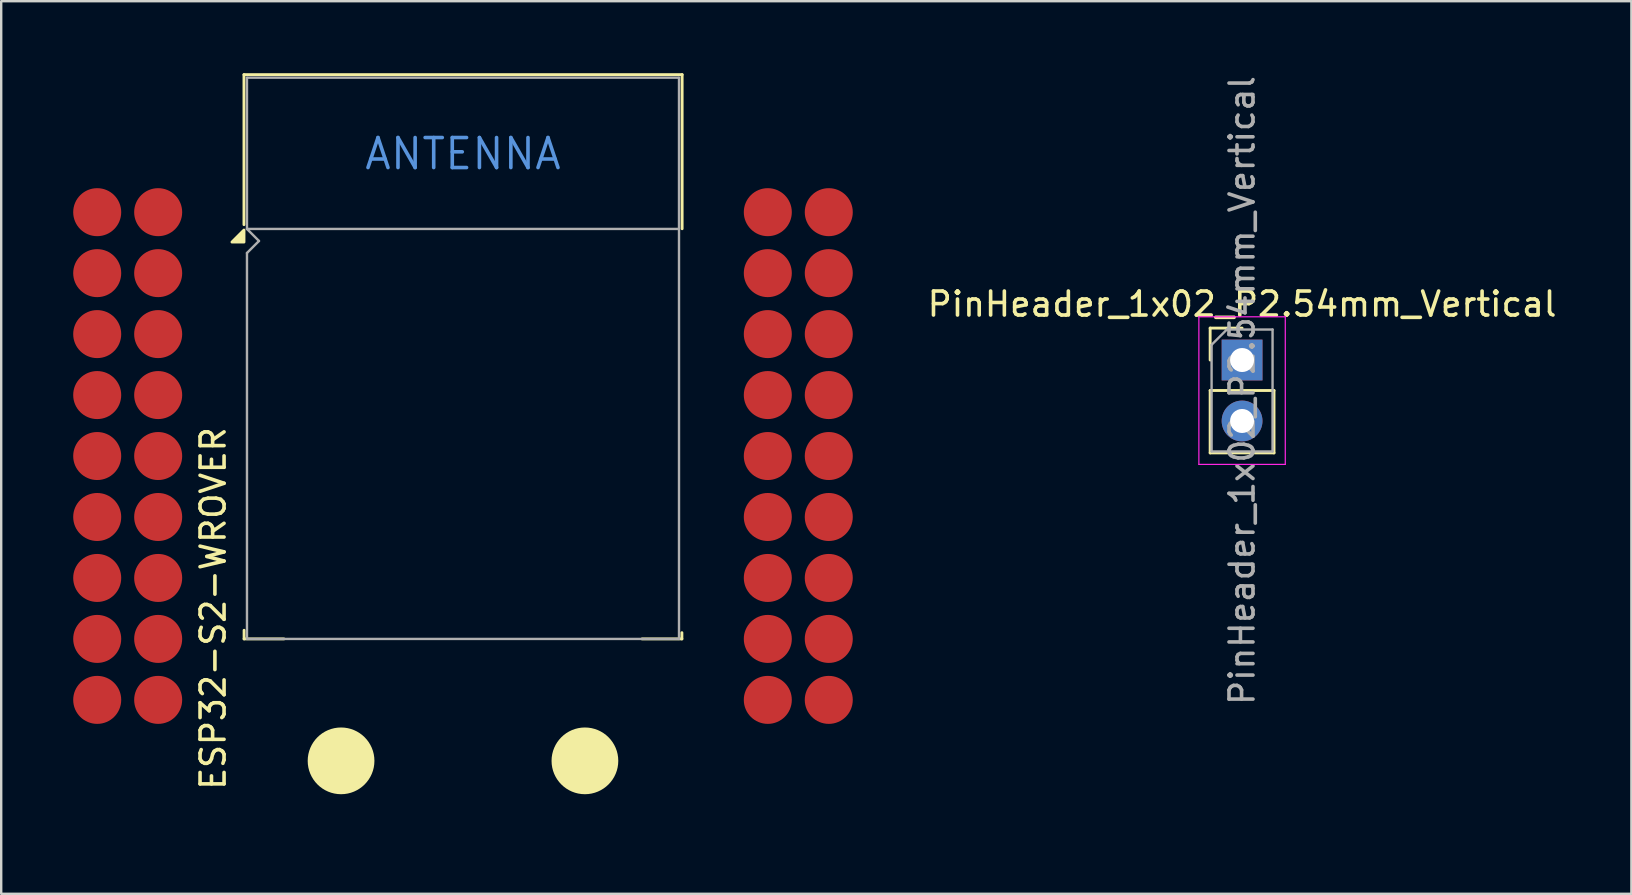
<source format=kicad_pcb>
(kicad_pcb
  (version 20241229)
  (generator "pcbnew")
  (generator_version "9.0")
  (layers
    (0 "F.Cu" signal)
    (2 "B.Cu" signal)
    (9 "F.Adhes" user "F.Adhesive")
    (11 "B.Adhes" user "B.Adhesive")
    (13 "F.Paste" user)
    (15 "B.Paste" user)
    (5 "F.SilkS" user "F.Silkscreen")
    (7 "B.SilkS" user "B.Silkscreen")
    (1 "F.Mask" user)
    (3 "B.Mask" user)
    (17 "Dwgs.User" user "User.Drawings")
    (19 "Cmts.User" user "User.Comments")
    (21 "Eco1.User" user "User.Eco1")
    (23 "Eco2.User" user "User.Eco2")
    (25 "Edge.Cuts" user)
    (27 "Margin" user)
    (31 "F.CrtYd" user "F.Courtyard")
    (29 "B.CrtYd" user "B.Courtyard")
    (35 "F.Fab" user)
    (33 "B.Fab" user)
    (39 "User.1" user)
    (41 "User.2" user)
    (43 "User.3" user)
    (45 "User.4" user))
  (footprint "ESP32-S2-WROVER"
    (layer "F.Cu")
    (at 16.24 15.95)
    (property "Reference" "ESP32-S2-WROVER" (at -10.41 6.35 90) (layer "F.SilkS") (effects (font (size 1 1) (thickness 0.15))))
    (attr smd)
    (fp_line (start -9.125 -15.89) (end 9.13 -15.89) (stroke (width 0.12) (type solid)) (layer "F.SilkS"))
    (fp_line (start -9.125 -9.64) (end -9.125 -15.89) (stroke (width 0.12) (type solid)) (layer "F.SilkS"))
    (fp_line (start -9.12 7.26) (end -9.12 7.62) (stroke (width 0.12) (type solid)) (layer "F.SilkS"))
    (fp_line (start -9.12 7.62) (end -7.46 7.62) (stroke (width 0.12) (type solid)) (layer "F.SilkS"))
    (fp_line (start 9.12 7.36) (end 9.12 7.62) (stroke (width 0.12) (type solid)) (layer "F.SilkS"))
    (fp_line (start 9.12 7.62) (end 7.46 7.62) (stroke (width 0.12) (type solid)) (layer "F.SilkS"))
    (fp_line (start 9.13 -9.47) (end 9.13 -15.89) (stroke (width 0.12) (type solid)) (layer "F.SilkS"))
    (fp_circle (center -5.08 12.7) (end -3.74 12.7) (stroke (width 0.1) (type solid)) (fill yes) (layer "F.SilkS"))
    (fp_circle (center 5.08 12.7) (end 6.42 12.7) (stroke (width 0.1) (type solid)) (fill yes) (layer "F.SilkS"))
    (fp_poly (pts (xy -9.125 -8.915) (xy -9.625 -8.915) (xy -9.125 -9.415) (xy -9.125 -8.915)) (stroke (width 0.12) (type solid)) (fill yes) (layer "F.SilkS"))
    (fp_line (start -9 -15.763) (end 9 -15.763) (stroke (width 0.1) (type solid)) (layer "F.Fab"))
    (fp_line (start -9 -15.76) (end -9 -9.46) (stroke (width 0.1) (type solid)) (layer "F.Fab"))
    (fp_line (start -9 -8.46) (end -9 7.62) (stroke (width 0.1) (type solid)) (layer "F.Fab"))
    (fp_line (start -9 -8.46) (end -8.5 -8.96) (stroke (width 0.1) (type solid)) (layer "F.Fab"))
    (fp_line (start -9 7.62) (end 9 7.62) (stroke (width 0.1) (type solid)) (layer "F.Fab"))
    (fp_line (start -8.5 -8.96) (end -9 -9.46) (stroke (width 0.1) (type solid)) (layer "F.Fab"))
    (fp_line (start 9 -15.76) (end 9 7.62) (stroke (width 0.1) (type solid)) (layer "F.Fab"))
    (fp_line (start 9 -9.463) (end -9 -9.463) (stroke (width 0.1) (type solid)) (layer "F.Fab"))
    (fp_text user "ANTENNA" (at 0 -12.59 0) (layer "Cmts.User") (effects (font (size 1.25 1.25) (thickness 0.15))))
    (pad "1" smd circle (at -15.24 -10.16) (size 2 2) (layers "F.Cu" "F.Mask" "F.Paste"))
    (pad "2" smd circle (at -15.24 -7.62) (size 2 2) (layers "F.Cu" "F.Mask" "F.Paste"))
    (pad "3" smd circle (at -15.24 -5.08) (size 2 2) (layers "F.Cu" "F.Mask" "F.Paste"))
    (pad "4" smd circle (at -15.24 -2.54) (size 2 2) (layers "F.Cu" "F.Mask" "F.Paste"))
    (pad "5" smd circle (at -15.24 0) (size 2 2) (layers "F.Cu" "F.Mask" "F.Paste"))
    (pad "6" smd circle (at -15.24 2.54) (size 2 2) (layers "F.Cu" "F.Mask" "F.Paste"))
    (pad "7" smd circle (at -15.24 5.08) (size 2 2) (layers "F.Cu" "F.Mask" "F.Paste"))
    (pad "8" smd circle (at -15.24 7.62) (size 2 2) (layers "F.Cu" "F.Mask" "F.Paste"))
    (pad "9" smd circle (at -15.24 10.16) (size 2 2) (layers "F.Cu" "F.Mask" "F.Paste"))
    (pad "10" smd circle (at -12.7 -10.16) (size 2 2) (layers "F.Cu" "F.Mask" "F.Paste"))
    (pad "11" smd circle (at -12.7 -7.62) (size 2 2) (layers "F.Cu" "F.Mask" "F.Paste"))
    (pad "12" smd circle (at -12.7 -5.08) (size 2 2) (layers "F.Cu" "F.Mask" "F.Paste"))
    (pad "13" smd circle (at -12.7 -2.54) (size 2 2) (layers "F.Cu" "F.Mask" "F.Paste"))
    (pad "14" smd circle (at -12.7 0) (size 2 2) (layers "F.Cu" "F.Mask" "F.Paste"))
    (pad "15" smd circle (at -12.7 2.54) (size 2 2) (layers "F.Cu" "F.Mask" "F.Paste"))
    (pad "16" smd circle (at -12.7 5.08) (size 2 2) (layers "F.Cu" "F.Mask" "F.Paste"))
    (pad "17" smd circle (at -12.7 7.62) (size 2 2) (layers "F.Cu" "F.Mask" "F.Paste"))
    (pad "18" smd circle (at -12.7 10.16) (size 2 2) (layers "F.Cu" "F.Mask" "F.Paste"))
    (pad "19" smd circle (at 12.7 -10.16) (size 2 2) (layers "F.Cu" "F.Mask" "F.Paste"))
    (pad "20" smd circle (at 12.7 -7.62) (size 2 2) (layers "F.Cu" "F.Mask" "F.Paste"))
    (pad "21" smd circle (at 12.7 -5.08) (size 2 2) (layers "F.Cu" "F.Mask" "F.Paste"))
    (pad "22" smd circle (at 12.7 -2.54) (size 2 2) (layers "F.Cu" "F.Mask" "F.Paste"))
    (pad "23" smd circle (at 12.7 0) (size 2 2) (layers "F.Cu" "F.Mask" "F.Paste"))
    (pad "24" smd circle (at 12.7 2.54) (size 2 2) (layers "F.Cu" "F.Mask" "F.Paste"))
    (pad "25" smd circle (at 12.7 5.08) (size 2 2) (layers "F.Cu" "F.Mask" "F.Paste"))
    (pad "26" smd circle (at 12.7 7.62) (size 2 2) (layers "F.Cu" "F.Mask" "F.Paste"))
    (pad "27" smd circle (at 12.7 10.16) (size 2 2) (layers "F.Cu" "F.Mask" "F.Paste"))
    (pad "28" smd circle (at 15.24 -10.16) (size 2 2) (layers "F.Cu" "F.Mask" "F.Paste"))
    (pad "29" smd circle (at 15.24 -7.62) (size 2 2) (layers "F.Cu" "F.Mask" "F.Paste"))
    (pad "30" smd circle (at 15.24 -5.08) (size 2 2) (layers "F.Cu" "F.Mask" "F.Paste"))
    (pad "31" smd circle (at 15.24 -2.54) (size 2 2) (layers "F.Cu" "F.Mask" "F.Paste"))
    (pad "32" smd circle (at 15.24 0) (size 2 2) (layers "F.Cu" "F.Mask" "F.Paste"))
    (pad "33" smd circle (at 15.24 2.54) (size 2 2) (layers "F.Cu" "F.Mask" "F.Paste"))
    (pad "34" smd circle (at 15.24 5.08) (size 2 2) (layers "F.Cu" "F.Mask" "F.Paste"))
    (pad "35" smd circle (at 15.24 7.62) (size 2 2) (layers "F.Cu" "F.Mask" "F.Paste"))
    (pad "36" smd circle (at 15.24 10.16) (size 2 2) (layers "F.Cu" "F.Mask" "F.Paste"))
    (zone (net_name "") (layer "F.SilkS") (hatch none 0.5) (connect_pads) (min_thickness 0.25) (filled_areas_thickness no) (keepout (tracks not_allowed) (vias not_allowed) (pads not_allowed) (copperpour allowed) (footprints allowed)) (placement (enabled no)) (fill) (polygon (pts (xy 8.62 26.11) (xy 8.62 31.19) (xy 13.7 31.19) (xy 13.7 26.11))))
    (zone (net_name "") (layer "F.SilkS") (hatch none 0.5) (connect_pads) (min_thickness 0.25) (filled_areas_thickness no) (keepout (tracks not_allowed) (vias not_allowed) (pads not_allowed) (copperpour allowed) (footprints allowed)) (placement (enabled no)) (fill) (polygon (pts (xy 18.78 26.11) (xy 18.78 31.19) (xy 23.86 31.19) (xy 23.86 26.11)))))
  (footprint "PinHeader_1x02_P2.54mm_Vertical"
    (layer "F.Cu")
    (at 48.7 11.95)
    (property "Reference" "PinHeader_1x02_P2.54mm_Vertical" (at 0 -2.33 0) (layer "F.SilkS") (effects (font (size 1 1) (thickness 0.15))))
    (attr through_hole)
    (fp_line (start -1.33 -1.33) (end 0 -1.33) (stroke (width 0.12) (type solid)) (layer "F.SilkS"))
    (fp_line (start -1.33 0) (end -1.33 -1.33) (stroke (width 0.12) (type solid)) (layer "F.SilkS"))
    (fp_line (start -1.33 1.27) (end -1.33 3.87) (stroke (width 0.12) (type solid)) (layer "F.SilkS"))
    (fp_line (start -1.33 1.27) (end 1.33 1.27) (stroke (width 0.12) (type solid)) (layer "F.SilkS"))
    (fp_line (start -1.33 3.87) (end 1.33 3.87) (stroke (width 0.12) (type solid)) (layer "F.SilkS"))
    (fp_line (start 1.33 1.27) (end 1.33 3.87) (stroke (width 0.12) (type solid)) (layer "F.SilkS"))
    (fp_line (start -1.8 -1.8) (end -1.8 4.35) (stroke (width 0.05) (type solid)) (layer "F.CrtYd"))
    (fp_line (start -1.8 4.35) (end 1.8 4.35) (stroke (width 0.05) (type solid)) (layer "F.CrtYd"))
    (fp_line (start 1.8 -1.8) (end -1.8 -1.8) (stroke (width 0.05) (type solid)) (layer "F.CrtYd"))
    (fp_line (start 1.8 4.35) (end 1.8 -1.8) (stroke (width 0.05) (type solid)) (layer "F.CrtYd"))
    (fp_line (start -1.27 -0.635) (end -0.635 -1.27) (stroke (width 0.1) (type solid)) (layer "F.Fab"))
    (fp_line (start -1.27 3.81) (end -1.27 -0.635) (stroke (width 0.1) (type solid)) (layer "F.Fab"))
    (fp_line (start -0.635 -1.27) (end 1.27 -1.27) (stroke (width 0.1) (type solid)) (layer "F.Fab"))
    (fp_line (start 1.27 -1.27) (end 1.27 3.81) (stroke (width 0.1) (type solid)) (layer "F.Fab"))
    (fp_line (start 1.27 3.81) (end -1.27 3.81) (stroke (width 0.1) (type solid)) (layer "F.Fab"))
    (fp_text user "${REFERENCE}" (at 0 1.27 90) (layer "F.Fab") (effects (font (size 1 1) (thickness 0.15))))
    (pad "1" thru_hole rect (at 0 0) (size 1.7 1.7) (drill 1) (layers "*.Cu" "*.Mask"))
    (pad "4" thru_hole oval (at 0 2.54) (size 1.7 1.7) (drill 1) (layers "*.Cu" "*.Mask")))
  (gr_rect
    (start -3 -3)
    (end 64.92 34.19)
    (stroke (width 0.1) (type default))
    (fill no)
    (layer "Edge.Cuts")))
</source>
